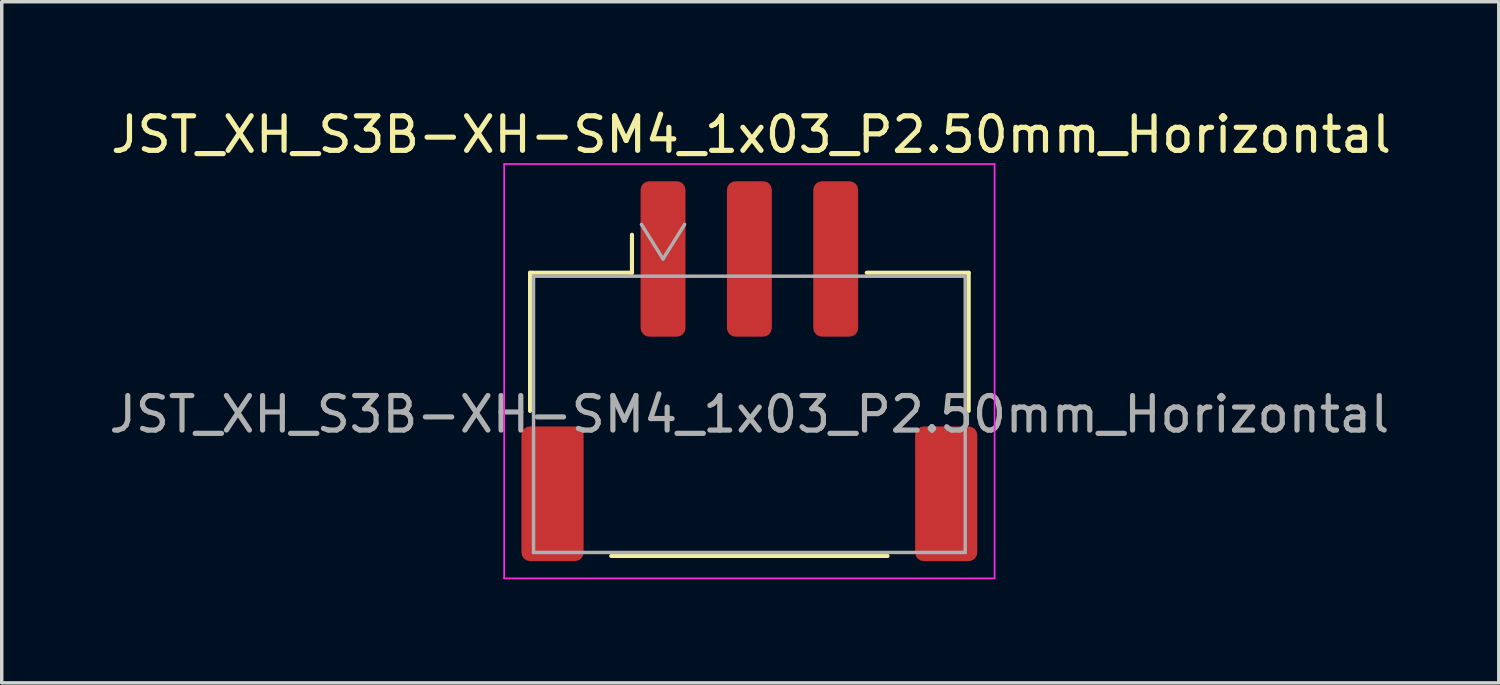
<source format=kicad_pcb>
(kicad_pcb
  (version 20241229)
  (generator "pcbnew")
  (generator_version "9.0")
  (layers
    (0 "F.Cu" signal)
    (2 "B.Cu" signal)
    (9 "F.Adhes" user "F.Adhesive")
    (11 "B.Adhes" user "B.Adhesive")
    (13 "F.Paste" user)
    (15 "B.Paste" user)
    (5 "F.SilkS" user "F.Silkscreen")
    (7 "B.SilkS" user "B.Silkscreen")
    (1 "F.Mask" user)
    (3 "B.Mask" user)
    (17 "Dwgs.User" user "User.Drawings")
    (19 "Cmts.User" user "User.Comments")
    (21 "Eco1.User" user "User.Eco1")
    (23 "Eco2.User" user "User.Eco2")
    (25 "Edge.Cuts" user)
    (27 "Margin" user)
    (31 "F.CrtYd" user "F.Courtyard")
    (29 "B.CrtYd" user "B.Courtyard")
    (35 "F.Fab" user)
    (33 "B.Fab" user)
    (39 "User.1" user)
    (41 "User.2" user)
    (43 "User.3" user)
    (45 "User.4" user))
  (footprint "JST_XH_S3B-XH-SM4_1x03_P2.50mm_Horizontal"
    (layer "F.Cu")
    (at 18.649 8.948)
    (property "Reference" "JST_XH_S3B-XH-SM4_1x03_P2.50mm_Horizontal" (at 0.05 -8.1 0) (layer "F.SilkS") (effects (font (size 1 1) (thickness 0.15))))
    (attr smd)
    (fp_line (start -6.35 -4.1) (end -6.35 -0.1) (stroke (width 0.12) (type solid)) (layer "F.SilkS"))
    (fp_line (start -6.35 -4.1) (end -3.4 -4.1) (stroke (width 0.12) (type solid)) (layer "F.SilkS"))
    (fp_line (start -4 4.1) (end 4 4.1) (stroke (width 0.12) (type solid)) (layer "F.SilkS"))
    (fp_line (start -3.4 -4.1) (end -3.4 -5.2) (stroke (width 0.12) (type solid)) (layer "F.SilkS"))
    (fp_line (start 3.4 -4.1) (end 6.35 -4.1) (stroke (width 0.12) (type solid)) (layer "F.SilkS"))
    (fp_line (start 6.35 -4.1) (end 6.35 -0.1) (stroke (width 0.12) (type solid)) (layer "F.SilkS"))
    (fp_line (start -7.1 -7.25) (end -7.1 4.75) (stroke (width 0.05) (type solid)) (layer "F.CrtYd"))
    (fp_line (start -7.1 4.75) (end 7.1 4.75) (stroke (width 0.05) (type solid)) (layer "F.CrtYd"))
    (fp_line (start 7.1 -7.25) (end -7.1 -7.25) (stroke (width 0.05) (type solid)) (layer "F.CrtYd"))
    (fp_line (start 7.1 4.75) (end 7.1 -7.25) (stroke (width 0.05) (type solid)) (layer "F.CrtYd"))
    (fp_line (start -6.25 -4) (end -6.25 4) (stroke (width 0.1) (type solid)) (layer "F.Fab"))
    (fp_line (start -6.25 -4) (end 6.25 -4) (stroke (width 0.1) (type solid)) (layer "F.Fab"))
    (fp_line (start -6.25 4) (end 6.25 4) (stroke (width 0.1) (type solid)) (layer "F.Fab"))
    (fp_line (start -2.5 -4.5) (end -3.125 -5.5) (stroke (width 0.1) (type solid)) (layer "F.Fab"))
    (fp_line (start -1.875 -5.5) (end -2.5 -4.5) (stroke (width 0.1) (type solid)) (layer "F.Fab"))
    (fp_line (start 6.25 -4) (end 6.25 4) (stroke (width 0.1) (type solid)) (layer "F.Fab"))
    (fp_text user "${REFERENCE}" (at 0 0 0) (layer "F.Fab") (effects (font (size 1 1) (thickness 0.15))))
    (pad "1" smd roundrect (at -2.5 -4.5) (size 1.3 4.5) (layers "F.Cu" "F.Mask" "F.Paste") (roundrect_rratio 0.192))
    (pad "2" smd roundrect (at 0 -4.5) (size 1.3 4.5) (layers "F.Cu" "F.Mask" "F.Paste") (roundrect_rratio 0.192))
    (pad "3" smd roundrect (at 2.5 -4.5) (size 1.3 4.5) (layers "F.Cu" "F.Mask" "F.Paste") (roundrect_rratio 0.192))
    (pad "MP" smd roundrect (at -5.7 2.3) (size 1.8 3.9) (layers "F.Cu" "F.Mask" "F.Paste") (roundrect_rratio 0.139))
    (pad "MP" smd roundrect (at 5.7 2.3) (size 1.8 3.9) (layers "F.Cu" "F.Mask" "F.Paste") (roundrect_rratio 0.139)))
  (gr_rect
    (start -3 -3)
    (end 40.348 16.723)
    (stroke (width 0.1) (type default))
    (fill no)
    (layer "Edge.Cuts")))
</source>
